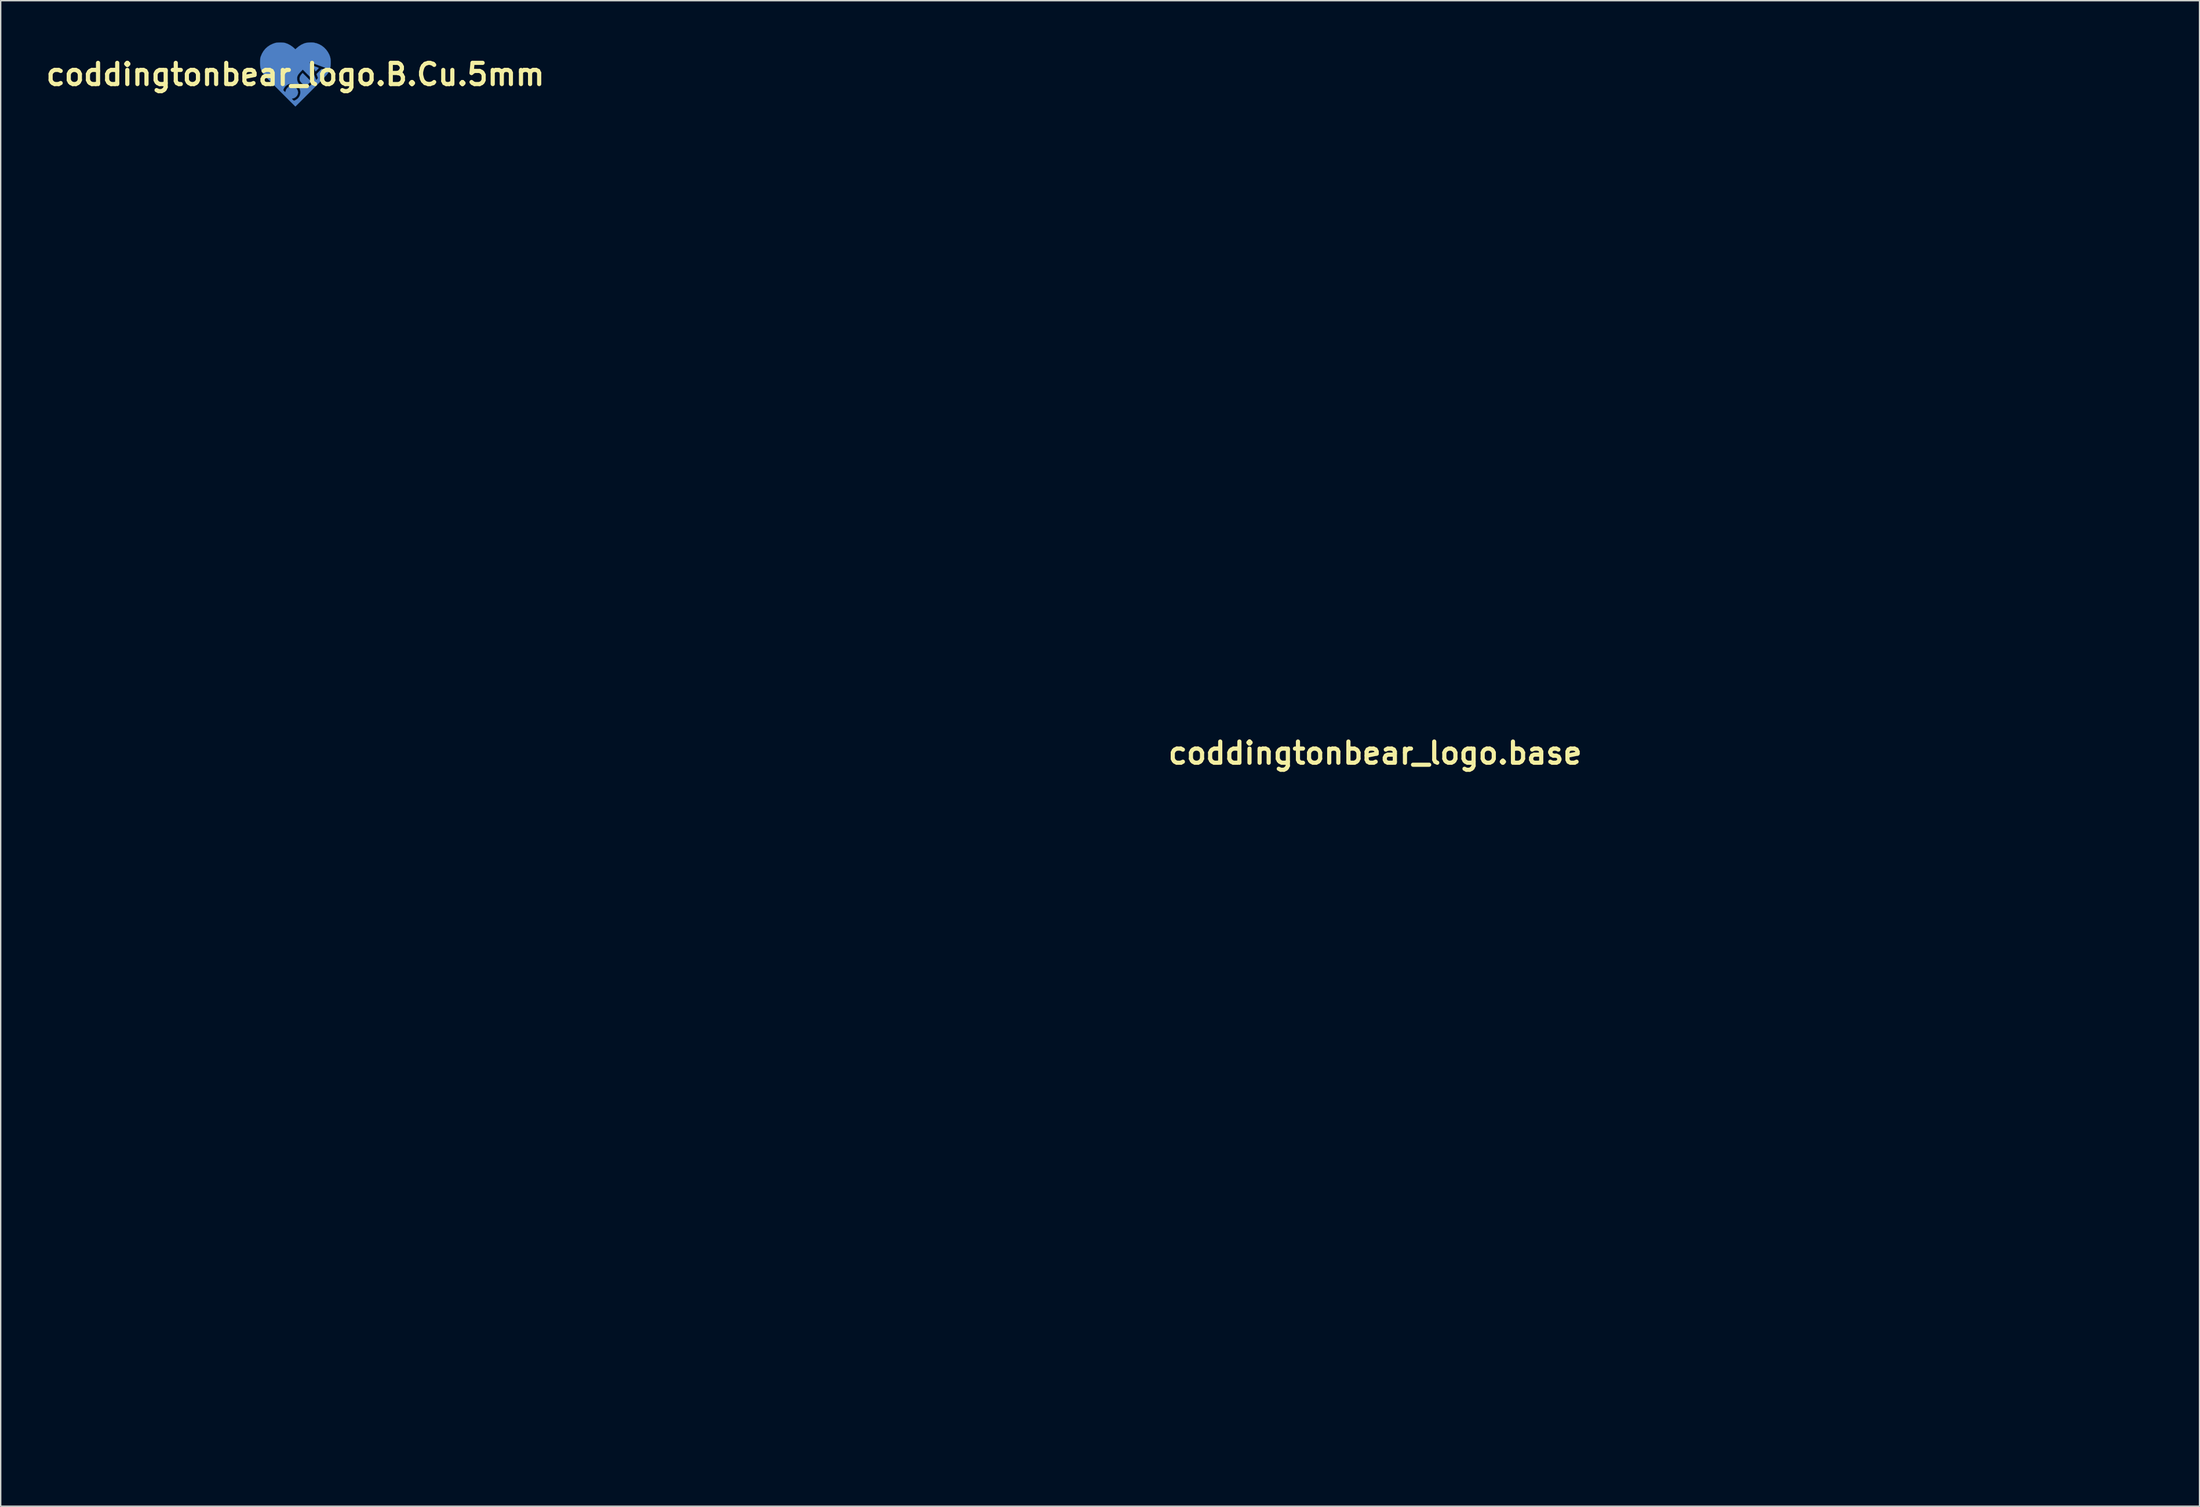
<source format=kicad_pcb>
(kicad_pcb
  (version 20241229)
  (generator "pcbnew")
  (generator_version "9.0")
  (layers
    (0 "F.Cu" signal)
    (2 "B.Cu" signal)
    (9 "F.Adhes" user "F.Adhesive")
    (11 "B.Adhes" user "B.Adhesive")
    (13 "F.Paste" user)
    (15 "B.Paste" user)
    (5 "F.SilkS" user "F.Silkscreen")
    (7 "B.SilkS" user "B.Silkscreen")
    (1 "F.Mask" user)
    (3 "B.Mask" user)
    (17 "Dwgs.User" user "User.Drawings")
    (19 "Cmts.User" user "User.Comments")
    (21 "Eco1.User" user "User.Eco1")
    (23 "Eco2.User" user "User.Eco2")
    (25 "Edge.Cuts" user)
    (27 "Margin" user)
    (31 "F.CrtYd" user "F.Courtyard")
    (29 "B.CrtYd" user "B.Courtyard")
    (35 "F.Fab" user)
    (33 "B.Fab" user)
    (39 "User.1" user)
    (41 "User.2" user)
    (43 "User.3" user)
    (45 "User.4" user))
  (footprint "coddingtonbear_logo.B.Cu.5mm"
    (layer "F.Cu")
    (at 18.186 2.305)
    (property "Reference" "coddingtonbear_logo.B.Cu.5mm" (at 0 0 0) (layer "F.SilkS") (effects (font (size 1.524 1.524) (thickness 0.3))))
    (attr through_hole)
    (fp_poly (pts (xy 0.829 0.203) (xy 1.135 0.51) (xy 1.064 0.574) (xy 0.98 0.643) (xy 0.904 0.688) (xy 0.827 0.715) (xy 0.749 0.725) (xy 0.682 0.727) (xy 0.631 0.72) (xy 0.58 0.702) (xy 0.563 0.694) (xy 0.496 0.651) (xy 0.429 0.592) (xy 0.371 0.525) (xy 0.331 0.459) (xy 0.32 0.432) (xy 0.302 0.32) (xy 0.314 0.209) (xy 0.358 0.101) (xy 0.434 -0.007) (xy 0.453 -0.028) (xy 0.522 -0.103) (xy 0.829 0.203)) (stroke (width 0.01) (type solid)) (fill yes) (layer "B.Cu"))
    (fp_poly (pts (xy 1.307 -0.61) (xy 1.345 -0.598) (xy 1.4 -0.579) (xy 1.463 -0.556) (xy 1.529 -0.531) (xy 1.591 -0.507) (xy 1.641 -0.487) (xy 1.673 -0.473) (xy 1.68 -0.468) (xy 1.673 -0.455) (xy 1.648 -0.425) (xy 1.612 -0.385) (xy 1.569 -0.339) (xy 1.526 -0.295) (xy 1.487 -0.256) (xy 1.458 -0.231) (xy 1.445 -0.222) (xy 1.436 -0.236) (xy 1.419 -0.274) (xy 1.395 -0.331) (xy 1.366 -0.401) (xy 1.361 -0.415) (xy 1.333 -0.487) (xy 1.311 -0.548) (xy 1.296 -0.591) (xy 1.29 -0.612) (xy 1.291 -0.613) (xy 1.307 -0.61)) (stroke (width 0.01) (type solid)) (fill yes) (layer "B.Cu"))
    (fp_poly (pts (xy 1.255 -2.296) (xy 1.333 -2.287) (xy 1.535 -2.24) (xy 1.725 -2.164) (xy 1.903 -2.062) (xy 2.066 -1.935) (xy 2.21 -1.785) (xy 2.334 -1.615) (xy 2.434 -1.428) (xy 2.447 -1.397) (xy 2.485 -1.294) (xy 2.512 -1.193) (xy 2.529 -1.084) (xy 2.538 -0.959) (xy 2.54 -0.854) (xy 2.536 -0.707) (xy 2.525 -0.582) (xy 2.503 -0.47) (xy 2.47 -0.362) (xy 2.442 -0.29) (xy 2.425 -0.248) (xy 2.407 -0.209) (xy 2.388 -0.172) (xy 2.366 -0.134) (xy 2.341 -0.094) (xy 2.31 -0.05) (xy 2.272 -0.002) (xy 2.226 0.053) (xy 2.17 0.116) (xy 2.104 0.188) (xy 2.025 0.271) (xy 1.933 0.367) (xy 1.826 0.477) (xy 1.702 0.602) (xy 1.561 0.745) (xy 1.401 0.906) (xy 1.22 1.087) (xy 1.121 1.187) (xy 0.965 1.343) (xy 0.815 1.493) (xy 0.674 1.635) (xy 0.541 1.767) (xy 0.42 1.888) (xy 0.311 1.997) (xy 0.215 2.091) (xy 0.136 2.17) (xy 0.073 2.232) (xy 0.029 2.275) (xy 0.005 2.298) (xy 0.000318 2.302) (xy -0.012 2.291) (xy -0.045 2.259) (xy -0.097 2.207) (xy -0.167 2.138) (xy -0.254 2.052) (xy -0.355 1.952) (xy -0.47 1.838) (xy -0.596 1.712) (xy -0.732 1.576) (xy -0.877 1.431) (xy -1.029 1.279) (xy -1.105 1.203) (xy -1.178 1.129) (xy -0.872 1.129) (xy -0.807 1.199) (xy -0.771 1.237) (xy -0.743 1.262) (xy -0.731 1.27) (xy -0.722 1.256) (xy -0.709 1.22) (xy -0.701 1.187) (xy -0.66 1.078) (xy -0.595 0.982) (xy -0.51 0.906) (xy -0.503 0.902) (xy -0.456 0.874) (xy -0.413 0.857) (xy -0.362 0.848) (xy -0.297 0.844) (xy -0.23 0.842) (xy -0.181 0.846) (xy -0.137 0.858) (xy -0.085 0.881) (xy -0.07 0.888) (xy 0.026 0.952) (xy 0.104 1.036) (xy 0.159 1.136) (xy 0.187 1.244) (xy 0.191 1.295) (xy 0.175 1.4) (xy 0.133 1.498) (xy 0.067 1.585) (xy -0.017 1.656) (xy -0.115 1.705) (xy -0.19 1.724) (xy -0.23 1.733) (xy -0.252 1.741) (xy -0.254 1.744) (xy -0.243 1.762) (xy -0.216 1.792) (xy -0.18 1.828) (xy -0.143 1.861) (xy -0.114 1.883) (xy -0.102 1.889) (xy -0.08 1.882) (xy -0.038 1.865) (xy 0.013 1.84) (xy 0.129 1.766) (xy 0.223 1.673) (xy 0.294 1.564) (xy 0.34 1.444) (xy 0.361 1.317) (xy 0.354 1.188) (xy 0.319 1.06) (xy 0.289 0.996) (xy 0.235 0.917) (xy 0.159 0.837) (xy 0.073 0.768) (xy -0.012 0.717) (xy -0.058 0.698) (xy -0.1 0.685) (xy -0.147 0.678) (xy -0.209 0.675) (xy -0.27 0.675) (xy -0.349 0.676) (xy -0.407 0.679) (xy -0.452 0.688) (xy -0.493 0.702) (xy -0.527 0.717) (xy -0.645 0.788) (xy -0.743 0.88) (xy -0.817 0.989) (xy -0.849 1.062) (xy -0.872 1.129) (xy -1.178 1.129) (xy -1.261 1.045) (xy -1.413 0.893) (xy -1.557 0.747) (xy -1.693 0.61) (xy -1.818 0.483) (xy -1.932 0.367) (xy -1.997 0.301) (xy 0.122 0.301) (xy 0.134 0.43) (xy 0.171 0.543) (xy 0.237 0.648) (xy 0.273 0.691) (xy 0.371 0.784) (xy 0.472 0.849) (xy 0.579 0.887) (xy 0.7 0.901) (xy 0.746 0.901) (xy 0.827 0.896) (xy 0.89 0.884) (xy 0.948 0.865) (xy 0.973 0.854) (xy 1.034 0.819) (xy 1.105 0.764) (xy 1.189 0.688) (xy 1.223 0.656) (xy 1.382 0.5) (xy 0.956 0.075) (xy 0.53 -0.351) (xy 0.375 -0.191) (xy 0.284 -0.092) (xy 0.216 -0.005) (xy 0.168 0.076) (xy 0.139 0.154) (xy 0.124 0.237) (xy 0.122 0.301) (xy -1.997 0.301) (xy -2.032 0.265) (xy -2.117 0.178) (xy -2.185 0.107) (xy -2.234 0.055) (xy -2.263 0.023) (xy -2.269 0.016) (xy -2.323 -0.063) (xy -2.379 -0.162) (xy -2.432 -0.27) (xy -2.476 -0.376) (xy -2.504 -0.46) (xy -2.514 -0.506) (xy -2.522 -0.558) (xy -2.527 -0.62) (xy -2.53 -0.7) (xy -2.532 -0.803) (xy -2.532 -0.865) (xy -2.532 -0.894) (xy 1 -0.894) (xy 1.004 -0.881) (xy 1.016 -0.847) (xy 1.036 -0.792) (xy 1.066 -0.714) (xy 1.105 -0.612) (xy 1.153 -0.485) (xy 1.212 -0.332) (xy 1.281 -0.152) (xy 1.361 0.056) (xy 1.385 0.119) (xy 1.415 0.198) (xy 1.442 0.268) (xy 1.464 0.324) (xy 1.477 0.359) (xy 1.479 0.364) (xy 1.493 0.402) (xy 1.556 0.341) (xy 1.591 0.302) (xy 1.614 0.268) (xy 1.619 0.253) (xy 1.613 0.226) (xy 1.598 0.18) (xy 1.576 0.122) (xy 1.572 0.111) (xy 1.549 0.054) (xy 1.532 0.008) (xy 1.524 -0.02) (xy 1.524 -0.022) (xy 1.535 -0.039) (xy 1.564 -0.074) (xy 1.609 -0.122) (xy 1.665 -0.18) (xy 1.703 -0.218) (xy 1.881 -0.396) (xy 2.03 -0.34) (xy 2.179 -0.284) (xy 2.241 -0.343) (xy 2.275 -0.379) (xy 2.297 -0.405) (xy 2.302 -0.414) (xy 2.288 -0.425) (xy 2.251 -0.442) (xy 2.198 -0.464) (xy 2.171 -0.474) (xy 2.117 -0.494) (xy 2.04 -0.522) (xy 1.946 -0.557) (xy 1.841 -0.595) (xy 1.732 -0.636) (xy 1.691 -0.651) (xy 1.527 -0.712) (xy 1.39 -0.762) (xy 1.278 -0.803) (xy 1.19 -0.835) (xy 1.121 -0.859) (xy 1.07 -0.877) (xy 1.035 -0.888) (xy 1.013 -0.894) (xy 1.003 -0.895) (xy 1 -0.894) (xy -2.532 -0.894) (xy -2.531 -0.972) (xy -2.53 -1.052) (xy -2.528 -1.113) (xy -2.523 -1.161) (xy -2.515 -1.202) (xy -2.504 -1.242) (xy -2.49 -1.287) (xy -2.487 -1.294) (xy -2.399 -1.501) (xy -2.289 -1.687) (xy -2.155 -1.85) (xy -1.999 -1.992) (xy -1.821 -2.111) (xy -1.62 -2.207) (xy -1.453 -2.265) (xy -1.383 -2.279) (xy -1.291 -2.289) (xy -1.184 -2.295) (xy -1.07 -2.296) (xy -0.957 -2.292) (xy -0.853 -2.285) (xy -0.768 -2.273) (xy -0.73 -2.264) (xy -0.549 -2.198) (xy -0.371 -2.104) (xy -0.2 -1.987) (xy -0.08 -1.883) (xy -0.000001 -1.808) (xy 0.08 -1.883) (xy 0.246 -2.022) (xy 0.423 -2.136) (xy 0.607 -2.222) (xy 0.706 -2.256) (xy 0.794 -2.275) (xy 0.902 -2.289) (xy 1.022 -2.297) (xy 1.143 -2.3) (xy 1.255 -2.296)) (stroke (width 0.01) (type solid)) (fill yes) (layer "B.Cu")))
  (footprint "coddingtonbear_logo.base"
    (layer "F.Cu")
    (at 95.816 51.111)
    (property "Reference" "coddingtonbear_logo.base" (at 0 0 0) (layer "F.SilkS") (effects (font (size 1.524 1.524) (thickness 0.3))))
    (attr through_hole)
    (fp_poly (pts (xy -10.065 -0.619) (xy -8.262 1.739) (xy -7.135 4.117) (xy -6.687 6.479) (xy -6.919 8.789) (xy -7.835 11.01) (xy -9.143 12.79) (xy -11.119 14.54) (xy -13.31 15.685) (xy -15.626 16.198) (xy -17.976 16.053) (xy -19.109 15.735) (xy -20.293 15.166) (xy -21.72 14.277) (xy -23.137 13.242) (xy -24.285 12.239) (xy -24.506 12.008) (xy -25.187 11.255) (xy -18.393 4.481) (xy -11.599 -2.293) (xy -10.065 -0.619)) (stroke (width 0.01) (type solid)) (fill yes) (layer "F.Mask"))
    (fp_poly (pts (xy -28.751 -13.272) (xy -29.036 -12.413) (xy -29.478 -11.204) (xy -30.018 -9.794) (xy -30.596 -8.333) (xy -31.156 -6.969) (xy -31.636 -5.852) (xy -31.978 -5.131) (xy -32.112 -4.941) (xy -32.421 -5.175) (xy -33.113 -5.809) (xy -34.075 -6.739) (xy -34.915 -7.574) (xy -35.971 -8.672) (xy -36.784 -9.585) (xy -37.26 -10.202) (xy -37.337 -10.406) (xy -36.931 -10.618) (xy -36.035 -10.997) (xy -34.799 -11.486) (xy -33.375 -12.029) (xy -31.913 -12.57) (xy -30.566 -13.053) (xy -29.484 -13.421) (xy -28.818 -13.617) (xy -28.682 -13.63) (xy -28.751 -13.272)) (stroke (width 0.01) (type solid)) (fill yes) (layer "F.Mask"))
    (fp_poly (pts (xy -22.22 -51.025) (xy -19.587 -50.812) (xy -17.245 -50.479) (xy -15.699 -50.124) (xy -11.58 -48.571) (xy -7.557 -46.37) (xy -3.724 -43.576) (xy -1.776 -41.85) (xy 0 -40.168) (xy 1.776 -41.85) (xy 5.303 -44.796) (xy 9.14 -47.288) (xy 13.138 -49.237) (xy 16.228 -50.312) (xy 17.827 -50.631) (xy 19.923 -50.856) (xy 22.334 -50.984) (xy 24.878 -51.016) (xy 27.373 -50.951) (xy 29.636 -50.79) (xy 31.486 -50.531) (xy 32.279 -50.341) (xy 35.172 -49.394) (xy 37.667 -48.368) (xy 40.069 -47.133) (xy 41.099 -46.535) (xy 44.968 -43.822) (xy 48.36 -40.595) (xy 51.258 -36.875) (xy 53.647 -32.682) (xy 55.267 -28.751) (xy 55.612 -27.729) (xy 55.865 -26.84) (xy 56.042 -25.947) (xy 56.155 -24.914) (xy 56.219 -23.604) (xy 56.249 -21.882) (xy 56.259 -19.61) (xy 56.259 -19.226) (xy 56.249 -16.635) (xy 56.203 -14.619) (xy 56.113 -13.05) (xy 55.971 -11.798) (xy 55.767 -10.734) (xy 55.639 -10.231) (xy 54.932 -8.131) (xy 53.925 -5.764) (xy 52.739 -3.374) (xy 51.494 -1.206) (xy 50.424 0.353) (xy 50.011 0.816) (xy 49.155 1.723) (xy 47.895 3.032) (xy 46.272 4.702) (xy 44.327 6.693) (xy 42.1 8.963) (xy 39.632 11.473) (xy 36.963 14.181) (xy 34.133 17.046) (xy 31.184 20.028) (xy 28.155 23.085) (xy 25.088 26.177) (xy 22.023 29.263) (xy 18.999 32.303) (xy 16.059 35.255) (xy 13.242 38.078) (xy 10.589 40.732) (xy 8.14 43.177) (xy 5.936 45.37) (xy 4.018 47.272) (xy 2.425 48.841) (xy 1.199 50.037) (xy 0.38 50.819) (xy 0.009 51.145) (xy -0.007 51.153) (xy -0.277 50.908) (xy -1.012 50.198) (xy -2.176 49.054) (xy -3.738 47.511) (xy -5.661 45.603) (xy -7.914 43.363) (xy -10.462 40.824) (xy -13.271 38.021) (xy -16.307 34.987) (xy -19.537 31.755) (xy -22.927 28.36) (xy -23.491 27.794) (xy -7.997 27.794) (xy -7.838 30.719) (xy -7.073 33.552) (xy -5.721 36.176) (xy -4.029 38.249) (xy -3.068 39.071) (xy -1.819 39.955) (xy -0.463 40.792) (xy 0.818 41.476) (xy 1.843 41.897) (xy 2.276 41.981) (xy 2.72 41.745) (xy 3.464 41.135) (xy 4.16 40.468) (xy 4.948 39.633) (xy 5.486 39.003) (xy 5.644 38.749) (xy 5.333 38.571) (xy 4.554 38.374) (xy 4.214 38.314) (xy 1.86 37.612) (xy -0.242 36.36) (xy -1.996 34.669) (xy -3.304 32.645) (xy -4.071 30.399) (xy -4.233 28.775) (xy -3.894 26.321) (xy -2.932 24.009) (xy -1.428 21.968) (xy 0.535 20.325) (xy 1.566 19.74) (xy 2.814 19.162) (xy 3.807 18.84) (xy 4.841 18.715) (xy 6.214 18.73) (xy 6.602 18.747) (xy 8.131 18.855) (xy 9.232 19.062) (xy 10.182 19.448) (xy 11.187 20.043) (xy 13.104 21.676) (xy 14.586 23.779) (xy 15.527 26.197) (xy 15.572 26.384) (xy 15.85 27.406) (xy 16.112 28.073) (xy 16.243 28.222) (xy 16.595 27.982) (xy 17.259 27.36) (xy 17.937 26.653) (xy 19.384 25.083) (xy 18.862 23.605) (xy 17.579 21.002) (xy 15.713 18.716) (xy 13.352 16.837) (xy 11.703 15.932) (xy 10.691 15.495) (xy 9.765 15.218) (xy 8.711 15.066) (xy 7.318 15.003) (xy 5.997 14.993) (xy 4.234 15.013) (xy 2.962 15.098) (xy 1.967 15.282) (xy 1.036 15.601) (xy 0.264 15.944) (xy -1.672 17.094) (xy -3.584 18.651) (xy -5.251 20.412) (xy -6.433 22.133) (xy -7.535 24.893) (xy -7.997 27.794) (xy -23.491 27.794) (xy -24.912 26.37) (xy -29.166 22.103) (xy -32.951 18.301) (xy -36.298 14.929) (xy -39.237 11.955) (xy -40.074 11.102) (xy -30.686 11.102) (xy -28.131 13.691) (xy -26.326 15.475) (xy -24.845 16.819) (xy -23.558 17.824) (xy -22.336 18.589) (xy -21.048 19.215) (xy -20.877 19.288) (xy -19.755 19.712) (xy -18.724 19.952) (xy -17.53 20.044) (xy -15.916 20.024) (xy -15.699 20.016) (xy -14.054 19.926) (xy -12.85 19.758) (xy -11.825 19.446) (xy -10.713 18.928) (xy -10.304 18.712) (xy -8.694 17.676) (xy -7.056 16.334) (xy -6.189 15.477) (xy -4.438 13.229) (xy -3.323 10.893) (xy -2.78 8.305) (xy -2.701 6.678) (xy -2.823 4.708) (xy -3.236 2.91) (xy -4.004 1.163) (xy -5.188 -0.653) (xy -6.85 -2.659) (xy -8.341 -4.25) (xy -11.78 -7.794) (xy -30.686 11.102) (xy -40.074 11.102) (xy -41.797 9.344) (xy -44.01 7.063) (xy -45.906 5.077) (xy -47.515 3.353) (xy -48.867 1.857) (xy -49.992 0.555) (xy -50.921 -0.587) (xy -51.684 -1.603) (xy -52.312 -2.526) (xy -52.835 -3.391) (xy -53.282 -4.23) (xy -53.684 -5.079) (xy -54.073 -5.971) (xy -54.273 -6.448) (xy -55.186 -8.913) (xy -55.265 -9.21) (xy -51.153 -9.21) (xy -50.92 -8.845) (xy -50.322 -8.172) (xy -49.789 -7.631) (xy -48.426 -6.3) (xy -45.115 -7.548) (xy -41.804 -8.795) (xy -37.835 -4.844) (xy -36.483 -3.474) (xy -35.329 -2.259) (xy -34.458 -1.292) (xy -33.956 -0.668) (xy -33.867 -0.495) (xy -33.994 0.002) (xy -34.331 0.961) (xy -34.812 2.192) (xy -34.925 2.469) (xy -35.43 3.76) (xy -35.803 4.845) (xy -35.978 5.523) (xy -35.983 5.59) (xy -35.771 6.114) (xy -35.238 6.841) (xy -34.547 7.604) (xy -33.855 8.235) (xy -33.322 8.57) (xy -33.141 8.554) (xy -32.941 8.148) (xy -32.542 7.202) (xy -31.992 5.836) (xy -31.34 4.169) (xy -30.958 3.175) (xy -30.27 1.372) (xy -29.392 -0.925) (xy -28.387 -3.551) (xy -27.319 -6.34) (xy -26.252 -9.128) (xy -25.616 -10.786) (xy -24.718 -13.136) (xy -23.909 -15.268) (xy -23.223 -17.095) (xy -22.691 -18.527) (xy -22.348 -19.478) (xy -22.225 -19.859) (xy -22.225 -19.859) (xy -22.307 -19.895) (xy -22.588 -19.847) (xy -23.12 -19.696) (xy -23.956 -19.423) (xy -25.148 -19.01) (xy -26.748 -18.439) (xy -28.809 -17.691) (xy -31.383 -16.748) (xy -34.522 -15.592) (xy -37.571 -14.466) (xy -39.979 -13.576) (xy -42.354 -12.698) (xy -44.553 -11.887) (xy -46.432 -11.194) (xy -47.848 -10.672) (xy -48.242 -10.527) (xy -49.542 -10.024) (xy -50.542 -9.586) (xy -51.092 -9.283) (xy -51.153 -9.21) (xy -55.265 -9.21) (xy -55.824 -11.33) (xy -56.22 -13.903) (xy -56.409 -16.834) (xy -56.438 -18.985) (xy -56.363 -22.142) (xy -56.122 -24.8) (xy -55.683 -27.156) (xy -55.012 -29.404) (xy -54.371 -31.055) (xy -52.722 -34.517) (xy -50.83 -37.528) (xy -48.526 -40.339) (xy -47.11 -41.804) (xy -43.433 -44.973) (xy -39.474 -47.507) (xy -35.255 -49.394) (xy -30.802 -50.621) (xy -29.632 -50.827) (xy -27.466 -51.044) (xy -24.921 -51.106) (xy -22.22 -51.025)) (stroke (width 0.01) (type solid)) (fill yes) (layer "F.Mask")))
  (gr_rect
    (start -3 -3)
    (end 155.081 105.269)
    (stroke (width 0.1) (type default))
    (fill no)
    (layer "Edge.Cuts")))
</source>
